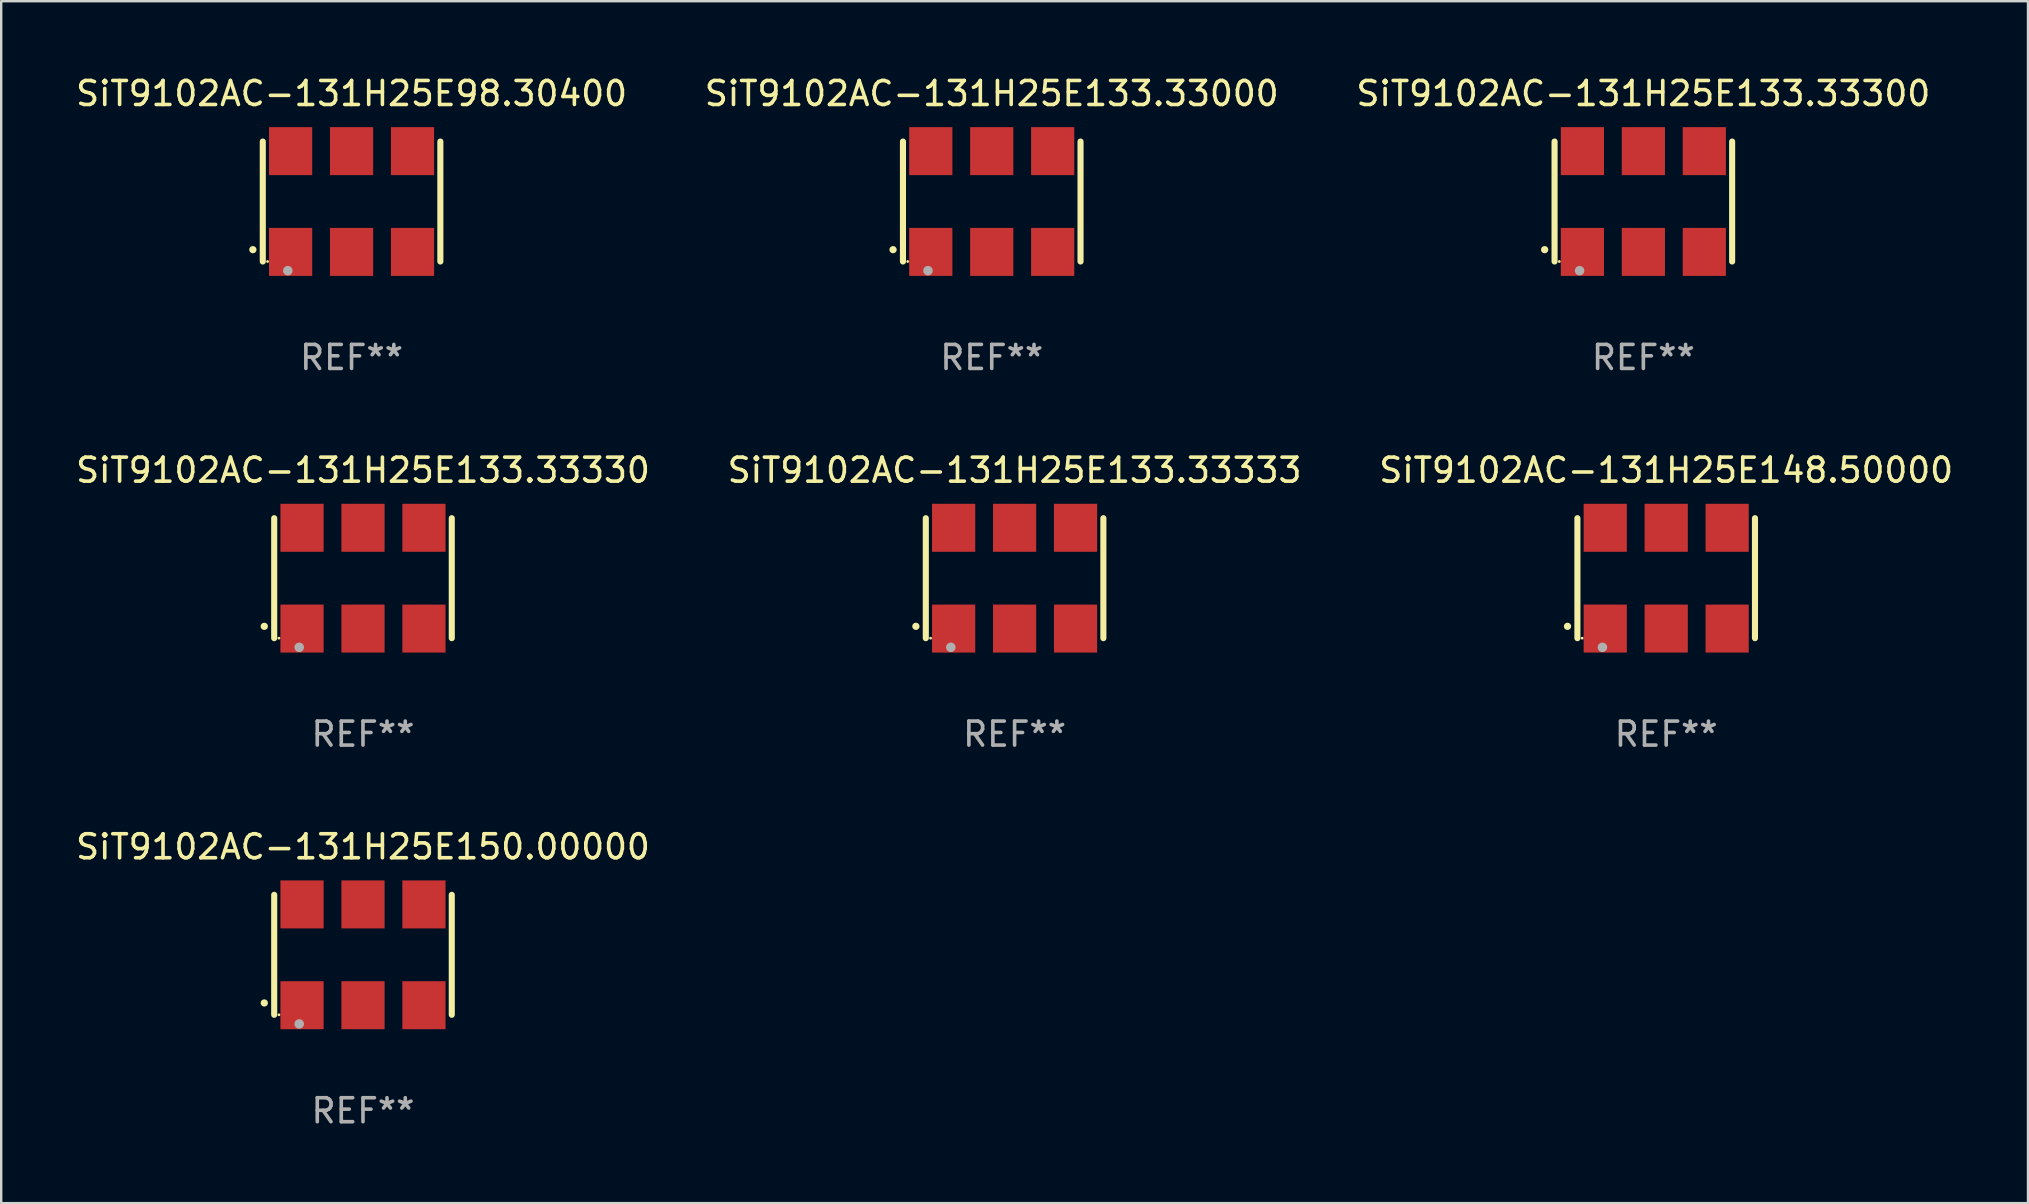
<source format=kicad_pcb>
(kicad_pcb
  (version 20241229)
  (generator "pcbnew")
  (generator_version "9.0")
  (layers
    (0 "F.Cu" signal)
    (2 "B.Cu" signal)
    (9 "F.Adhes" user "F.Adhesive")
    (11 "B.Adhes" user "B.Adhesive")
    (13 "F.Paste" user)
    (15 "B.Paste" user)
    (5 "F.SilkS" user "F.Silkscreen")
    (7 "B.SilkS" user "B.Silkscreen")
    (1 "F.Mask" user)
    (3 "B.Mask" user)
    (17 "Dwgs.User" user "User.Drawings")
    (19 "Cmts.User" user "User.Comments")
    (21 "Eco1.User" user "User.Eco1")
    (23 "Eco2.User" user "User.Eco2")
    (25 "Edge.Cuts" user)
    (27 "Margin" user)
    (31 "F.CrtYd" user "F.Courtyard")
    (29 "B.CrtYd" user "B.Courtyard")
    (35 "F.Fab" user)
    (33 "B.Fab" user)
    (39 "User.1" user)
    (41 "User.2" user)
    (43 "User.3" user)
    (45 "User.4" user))
  (footprint "SiT9102AC-131H25E133.33000"
    (layer "F.Cu")
    (at 38.28 5.348)
    (property "Reference" "SiT9102AC-131H25E133.33000" (at 0 -4.5 0) (layer "F.SilkS") (effects (font (size 1 1) (thickness 0.15))))
    (attr through_hole)
    (fp_line (start -3.7 -2.5) (end -3.7 2.5) (stroke (width 0.254) (type solid)) (layer "F.SilkS"))
    (fp_line (start 3.7 -2.5) (end 3.7 2.5) (stroke (width 0.254) (type solid)) (layer "F.SilkS"))
    (fp_arc (start -4.114415 2.006604) (mid -4.113145 2.006599) (end -4.111875 2.006604) (stroke (width 0.3) (type solid)) (layer "F.SilkS"))
    (fp_circle (center -3.502 2.5) (end -3.472 2.5) (stroke (width 0.06) (type solid)) (fill no) (layer "F.SilkS"))
    (fp_circle (center -2.657 2.882) (end -2.557 2.882) (stroke (width 0.2) (type solid)) (fill no) (layer "F.Fab"))
    (fp_text user "REF**" (at 0 6.5 0) (layer "F.Fab") (effects (font (size 1 1) (thickness 0.15))))
    (pad "1" smd rect (at -2.54 2.1) (size 1.8 2) (layers "F.Cu" "F.Mask" "F.Paste"))
    (pad "2" smd rect (at 0.000394 2.1) (size 1.8 2) (layers "F.Cu" "F.Mask" "F.Paste"))
    (pad "3" smd rect (at 2.54 2.1) (size 1.8 2) (layers "F.Cu" "F.Mask" "F.Paste"))
    (pad "4" smd rect (at 2.54 -2.1) (size 1.8 2) (layers "F.Cu" "F.Mask" "F.Paste"))
    (pad "5" smd rect (at 0.000394 -2.1) (size 1.8 2) (layers "F.Cu" "F.Mask" "F.Paste"))
    (pad "6" smd rect (at -2.54 -2.1) (size 1.8 2) (layers "F.Cu" "F.Mask" "F.Paste")))
  (footprint "SiT9102AC-131H25E98.30400"
    (layer "F.Cu")
    (at 11.601 5.348)
    (property "Reference" "SiT9102AC-131H25E98.30400" (at 0 -4.5 0) (layer "F.SilkS") (effects (font (size 1 1) (thickness 0.15))))
    (attr through_hole)
    (fp_line (start -3.7 -2.5) (end -3.7 2.5) (stroke (width 0.254) (type solid)) (layer "F.SilkS"))
    (fp_line (start 3.7 -2.5) (end 3.7 2.5) (stroke (width 0.254) (type solid)) (layer "F.SilkS"))
    (fp_arc (start -4.114415 2.006604) (mid -4.113145 2.006599) (end -4.111875 2.006604) (stroke (width 0.3) (type solid)) (layer "F.SilkS"))
    (fp_circle (center -3.502 2.5) (end -3.472 2.5) (stroke (width 0.06) (type solid)) (fill no) (layer "F.SilkS"))
    (fp_circle (center -2.657 2.882) (end -2.557 2.882) (stroke (width 0.2) (type solid)) (fill no) (layer "F.Fab"))
    (fp_text user "REF**" (at 0 6.5 0) (layer "F.Fab") (effects (font (size 1 1) (thickness 0.15))))
    (pad "1" smd rect (at -2.54 2.1) (size 1.8 2) (layers "F.Cu" "F.Mask" "F.Paste"))
    (pad "2" smd rect (at 0.000394 2.1) (size 1.8 2) (layers "F.Cu" "F.Mask" "F.Paste"))
    (pad "3" smd rect (at 2.54 2.1) (size 1.8 2) (layers "F.Cu" "F.Mask" "F.Paste"))
    (pad "4" smd rect (at 2.54 -2.1) (size 1.8 2) (layers "F.Cu" "F.Mask" "F.Paste"))
    (pad "5" smd rect (at 0.000394 -2.1) (size 1.8 2) (layers "F.Cu" "F.Mask" "F.Paste"))
    (pad "6" smd rect (at -2.54 -2.1) (size 1.8 2) (layers "F.Cu" "F.Mask" "F.Paste")))
  (footprint "SiT9102AC-131H25E133.33330"
    (layer "F.Cu")
    (at 12.077 21.045)
    (property "Reference" "SiT9102AC-131H25E133.33330" (at 0 -4.5 0) (layer "F.SilkS") (effects (font (size 1 1) (thickness 0.15))))
    (attr through_hole)
    (fp_line (start -3.7 -2.5) (end -3.7 2.5) (stroke (width 0.254) (type solid)) (layer "F.SilkS"))
    (fp_line (start 3.7 -2.5) (end 3.7 2.5) (stroke (width 0.254) (type solid)) (layer "F.SilkS"))
    (fp_arc (start -4.114415 2.006604) (mid -4.113145 2.006599) (end -4.111875 2.006604) (stroke (width 0.3) (type solid)) (layer "F.SilkS"))
    (fp_circle (center -3.502 2.5) (end -3.472 2.5) (stroke (width 0.06) (type solid)) (fill no) (layer "F.SilkS"))
    (fp_circle (center -2.657 2.882) (end -2.557 2.882) (stroke (width 0.2) (type solid)) (fill no) (layer "F.Fab"))
    (fp_text user "REF**" (at 0 6.5 0) (layer "F.Fab") (effects (font (size 1 1) (thickness 0.15))))
    (pad "1" smd rect (at -2.54 2.1) (size 1.8 2) (layers "F.Cu" "F.Mask" "F.Paste"))
    (pad "2" smd rect (at 0.000394 2.1) (size 1.8 2) (layers "F.Cu" "F.Mask" "F.Paste"))
    (pad "3" smd rect (at 2.54 2.1) (size 1.8 2) (layers "F.Cu" "F.Mask" "F.Paste"))
    (pad "4" smd rect (at 2.54 -2.1) (size 1.8 2) (layers "F.Cu" "F.Mask" "F.Paste"))
    (pad "5" smd rect (at 0.000394 -2.1) (size 1.8 2) (layers "F.Cu" "F.Mask" "F.Paste"))
    (pad "6" smd rect (at -2.54 -2.1) (size 1.8 2) (layers "F.Cu" "F.Mask" "F.Paste")))
  (footprint "SiT9102AC-131H25E133.33300"
    (layer "F.Cu")
    (at 65.435 5.348)
    (property "Reference" "SiT9102AC-131H25E133.33300" (at 0 -4.5 0) (layer "F.SilkS") (effects (font (size 1 1) (thickness 0.15))))
    (attr through_hole)
    (fp_line (start -3.7 -2.5) (end -3.7 2.5) (stroke (width 0.254) (type solid)) (layer "F.SilkS"))
    (fp_line (start 3.7 -2.5) (end 3.7 2.5) (stroke (width 0.254) (type solid)) (layer "F.SilkS"))
    (fp_arc (start -4.114415 2.006604) (mid -4.113145 2.006599) (end -4.111875 2.006604) (stroke (width 0.3) (type solid)) (layer "F.SilkS"))
    (fp_circle (center -3.502 2.5) (end -3.472 2.5) (stroke (width 0.06) (type solid)) (fill no) (layer "F.SilkS"))
    (fp_circle (center -2.657 2.882) (end -2.557 2.882) (stroke (width 0.2) (type solid)) (fill no) (layer "F.Fab"))
    (fp_text user "REF**" (at 0 6.5 0) (layer "F.Fab") (effects (font (size 1 1) (thickness 0.15))))
    (pad "1" smd rect (at -2.54 2.1) (size 1.8 2) (layers "F.Cu" "F.Mask" "F.Paste"))
    (pad "2" smd rect (at 0.000394 2.1) (size 1.8 2) (layers "F.Cu" "F.Mask" "F.Paste"))
    (pad "3" smd rect (at 2.54 2.1) (size 1.8 2) (layers "F.Cu" "F.Mask" "F.Paste"))
    (pad "4" smd rect (at 2.54 -2.1) (size 1.8 2) (layers "F.Cu" "F.Mask" "F.Paste"))
    (pad "5" smd rect (at 0.000394 -2.1) (size 1.8 2) (layers "F.Cu" "F.Mask" "F.Paste"))
    (pad "6" smd rect (at -2.54 -2.1) (size 1.8 2) (layers "F.Cu" "F.Mask" "F.Paste")))
  (footprint "SiT9102AC-131H25E150.00000"
    (layer "F.Cu")
    (at 12.077 36.741)
    (property "Reference" "SiT9102AC-131H25E150.00000" (at 0 -4.5 0) (layer "F.SilkS") (effects (font (size 1 1) (thickness 0.15))))
    (attr through_hole)
    (fp_line (start -3.7 -2.5) (end -3.7 2.5) (stroke (width 0.254) (type solid)) (layer "F.SilkS"))
    (fp_line (start 3.7 -2.5) (end 3.7 2.5) (stroke (width 0.254) (type solid)) (layer "F.SilkS"))
    (fp_arc (start -4.114415 2.006604) (mid -4.113145 2.006599) (end -4.111875 2.006604) (stroke (width 0.3) (type solid)) (layer "F.SilkS"))
    (fp_circle (center -3.502 2.5) (end -3.472 2.5) (stroke (width 0.06) (type solid)) (fill no) (layer "F.SilkS"))
    (fp_circle (center -2.657 2.882) (end -2.557 2.882) (stroke (width 0.2) (type solid)) (fill no) (layer "F.Fab"))
    (fp_text user "REF**" (at 0 6.5 0) (layer "F.Fab") (effects (font (size 1 1) (thickness 0.15))))
    (pad "1" smd rect (at -2.54 2.1) (size 1.8 2) (layers "F.Cu" "F.Mask" "F.Paste"))
    (pad "2" smd rect (at 0.000394 2.1) (size 1.8 2) (layers "F.Cu" "F.Mask" "F.Paste"))
    (pad "3" smd rect (at 2.54 2.1) (size 1.8 2) (layers "F.Cu" "F.Mask" "F.Paste"))
    (pad "4" smd rect (at 2.54 -2.1) (size 1.8 2) (layers "F.Cu" "F.Mask" "F.Paste"))
    (pad "5" smd rect (at 0.000394 -2.1) (size 1.8 2) (layers "F.Cu" "F.Mask" "F.Paste"))
    (pad "6" smd rect (at -2.54 -2.1) (size 1.8 2) (layers "F.Cu" "F.Mask" "F.Paste")))
  (footprint "SiT9102AC-131H25E133.33333"
    (layer "F.Cu")
    (at 39.232 21.045)
    (property "Reference" "SiT9102AC-131H25E133.33333" (at 0 -4.5 0) (layer "F.SilkS") (effects (font (size 1 1) (thickness 0.15))))
    (attr through_hole)
    (fp_line (start -3.7 -2.5) (end -3.7 2.5) (stroke (width 0.254) (type solid)) (layer "F.SilkS"))
    (fp_line (start 3.7 -2.5) (end 3.7 2.5) (stroke (width 0.254) (type solid)) (layer "F.SilkS"))
    (fp_arc (start -4.114415 2.006604) (mid -4.113145 2.006599) (end -4.111875 2.006604) (stroke (width 0.3) (type solid)) (layer "F.SilkS"))
    (fp_circle (center -3.502 2.5) (end -3.472 2.5) (stroke (width 0.06) (type solid)) (fill no) (layer "F.SilkS"))
    (fp_circle (center -2.657 2.882) (end -2.557 2.882) (stroke (width 0.2) (type solid)) (fill no) (layer "F.Fab"))
    (fp_text user "REF**" (at 0 6.5 0) (layer "F.Fab") (effects (font (size 1 1) (thickness 0.15))))
    (pad "1" smd rect (at -2.54 2.1) (size 1.8 2) (layers "F.Cu" "F.Mask" "F.Paste"))
    (pad "2" smd rect (at 0.000394 2.1) (size 1.8 2) (layers "F.Cu" "F.Mask" "F.Paste"))
    (pad "3" smd rect (at 2.54 2.1) (size 1.8 2) (layers "F.Cu" "F.Mask" "F.Paste"))
    (pad "4" smd rect (at 2.54 -2.1) (size 1.8 2) (layers "F.Cu" "F.Mask" "F.Paste"))
    (pad "5" smd rect (at 0.000394 -2.1) (size 1.8 2) (layers "F.Cu" "F.Mask" "F.Paste"))
    (pad "6" smd rect (at -2.54 -2.1) (size 1.8 2) (layers "F.Cu" "F.Mask" "F.Paste")))
  (footprint "SiT9102AC-131H25E148.50000"
    (layer "F.Cu")
    (at 66.387 21.045)
    (property "Reference" "SiT9102AC-131H25E148.50000" (at 0 -4.5 0) (layer "F.SilkS") (effects (font (size 1 1) (thickness 0.15))))
    (attr through_hole)
    (fp_line (start -3.7 -2.5) (end -3.7 2.5) (stroke (width 0.254) (type solid)) (layer "F.SilkS"))
    (fp_line (start 3.7 -2.5) (end 3.7 2.5) (stroke (width 0.254) (type solid)) (layer "F.SilkS"))
    (fp_arc (start -4.114415 2.006604) (mid -4.113145 2.006599) (end -4.111875 2.006604) (stroke (width 0.3) (type solid)) (layer "F.SilkS"))
    (fp_circle (center -3.502 2.5) (end -3.472 2.5) (stroke (width 0.06) (type solid)) (fill no) (layer "F.SilkS"))
    (fp_circle (center -2.657 2.882) (end -2.557 2.882) (stroke (width 0.2) (type solid)) (fill no) (layer "F.Fab"))
    (fp_text user "REF**" (at 0 6.5 0) (layer "F.Fab") (effects (font (size 1 1) (thickness 0.15))))
    (pad "1" smd rect (at -2.54 2.1) (size 1.8 2) (layers "F.Cu" "F.Mask" "F.Paste"))
    (pad "2" smd rect (at 0.000394 2.1) (size 1.8 2) (layers "F.Cu" "F.Mask" "F.Paste"))
    (pad "3" smd rect (at 2.54 2.1) (size 1.8 2) (layers "F.Cu" "F.Mask" "F.Paste"))
    (pad "4" smd rect (at 2.54 -2.1) (size 1.8 2) (layers "F.Cu" "F.Mask" "F.Paste"))
    (pad "5" smd rect (at 0.000394 -2.1) (size 1.8 2) (layers "F.Cu" "F.Mask" "F.Paste"))
    (pad "6" smd rect (at -2.54 -2.1) (size 1.8 2) (layers "F.Cu" "F.Mask" "F.Paste")))
  (gr_rect
    (start -3 -3)
    (end 81.464 47.09)
    (stroke (width 0.1) (type default))
    (fill no)
    (layer "Edge.Cuts")))
</source>
